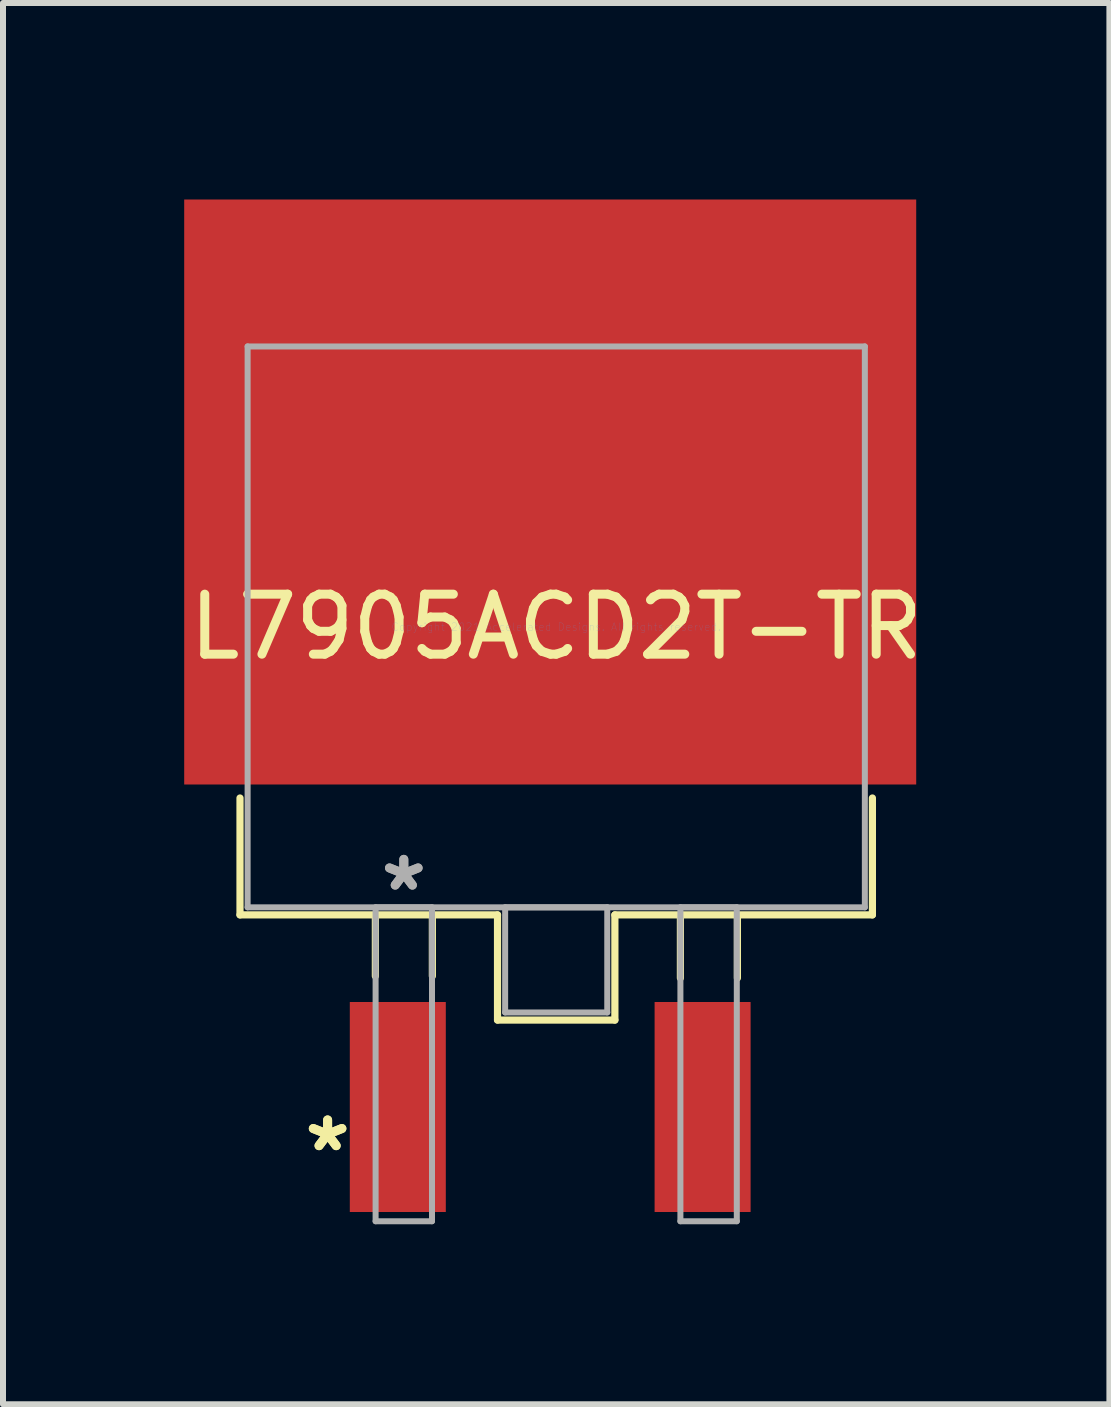
<source format=kicad_pcb>
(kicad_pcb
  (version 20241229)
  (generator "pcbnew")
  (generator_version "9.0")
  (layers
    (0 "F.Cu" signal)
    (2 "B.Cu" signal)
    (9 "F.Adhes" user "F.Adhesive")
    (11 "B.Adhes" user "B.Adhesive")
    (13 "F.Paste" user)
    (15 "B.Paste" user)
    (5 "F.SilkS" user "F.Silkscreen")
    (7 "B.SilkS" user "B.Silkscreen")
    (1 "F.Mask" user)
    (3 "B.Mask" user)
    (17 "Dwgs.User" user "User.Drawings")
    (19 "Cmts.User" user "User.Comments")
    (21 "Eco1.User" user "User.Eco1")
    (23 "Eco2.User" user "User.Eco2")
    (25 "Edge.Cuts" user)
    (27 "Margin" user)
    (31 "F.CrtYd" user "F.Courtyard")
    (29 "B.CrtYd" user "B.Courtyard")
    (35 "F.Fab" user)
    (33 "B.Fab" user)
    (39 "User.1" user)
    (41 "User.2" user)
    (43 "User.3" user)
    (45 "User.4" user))
  (footprint "L7905ACD2T-TR"
    (layer "F.Cu")
    (at 6.12 0.25)
    (property "Reference" "L7905ACD2T-TR" (at 0.1 7.148 0) (layer "F.SilkS") (effects (font (size 1 1) (thickness 0.15))))
    (attr through_hole)
    (fp_line (start -5.17 10) (end -5.17 11.948) (stroke (width 0.12) (type solid)) (layer "F.SilkS"))
    (fp_line (start -5.17 11.948) (end -0.878 11.948) (stroke (width 0.12) (type solid)) (layer "F.SilkS"))
    (fp_line (start -2.914 11.968) (end -2.914 12.968) (stroke (width 0.12) (type solid)) (layer "F.SilkS"))
    (fp_line (start -1.964 11.968) (end -1.964 12.968) (stroke (width 0.12) (type solid)) (layer "F.SilkS"))
    (fp_line (start -0.878 11.948) (end -0.878 13.701) (stroke (width 0.12) (type solid)) (layer "F.SilkS"))
    (fp_line (start -0.878 13.701) (end 1.078 13.701) (stroke (width 0.12) (type solid)) (layer "F.SilkS"))
    (fp_line (start 1.078 11.948) (end 5.37 11.948) (stroke (width 0.12) (type solid)) (layer "F.SilkS"))
    (fp_line (start 1.078 13.701) (end 1.078 11.948) (stroke (width 0.12) (type solid)) (layer "F.SilkS"))
    (fp_line (start 2.17 12) (end 2.17 13) (stroke (width 0.12) (type solid)) (layer "F.SilkS"))
    (fp_line (start 3.12 12) (end 3.12 13) (stroke (width 0.12) (type solid)) (layer "F.SilkS"))
    (fp_line (start 5.37 11.948) (end 5.37 10) (stroke (width 0.12) (type solid)) (layer "F.SilkS"))
    (fp_line (start -5.043 2.474) (end -5.043 11.822) (stroke (width 0.1) (type solid)) (layer "F.Fab"))
    (fp_line (start -5.043 11.822) (end 5.244 11.822) (stroke (width 0.1) (type solid)) (layer "F.Fab"))
    (fp_line (start -2.91 11.822) (end -2.91 17.054) (stroke (width 0.1) (type solid)) (layer "F.Fab"))
    (fp_line (start -2.91 17.054) (end -1.97 17.054) (stroke (width 0.1) (type solid)) (layer "F.Fab"))
    (fp_line (start -1.97 11.822) (end -2.91 11.822) (stroke (width 0.1) (type solid)) (layer "F.Fab"))
    (fp_line (start -1.97 17.054) (end -1.97 11.822) (stroke (width 0.1) (type solid)) (layer "F.Fab"))
    (fp_line (start -0.751 11.822) (end -0.751 13.574) (stroke (width 0.1) (type solid)) (layer "F.Fab"))
    (fp_line (start -0.751 13.574) (end 0.951 13.574) (stroke (width 0.1) (type solid)) (layer "F.Fab"))
    (fp_line (start 0.951 11.822) (end -0.751 11.822) (stroke (width 0.1) (type solid)) (layer "F.Fab"))
    (fp_line (start 0.951 13.574) (end 0.951 11.822) (stroke (width 0.1) (type solid)) (layer "F.Fab"))
    (fp_line (start 2.17 11.822) (end 2.17 17.054) (stroke (width 0.1) (type solid)) (layer "F.Fab"))
    (fp_line (start 2.17 17.054) (end 3.11 17.054) (stroke (width 0.1) (type solid)) (layer "F.Fab"))
    (fp_line (start 3.11 11.822) (end 2.17 11.822) (stroke (width 0.1) (type solid)) (layer "F.Fab"))
    (fp_line (start 3.11 17.054) (end 3.11 11.822) (stroke (width 0.1) (type solid)) (layer "F.Fab"))
    (fp_line (start 5.244 2.474) (end -5.043 2.474) (stroke (width 0.1) (type solid)) (layer "F.Fab"))
    (fp_line (start 5.244 11.822) (end 5.244 2.474) (stroke (width 0.1) (type solid)) (layer "F.Fab"))
    (fp_text user "*" (at -3.71 15.911 0) (layer "F.SilkS") (effects (font (size 1 1) (thickness 0.15))))
    (fp_text user "*" (at -3.71 15.911 0) (layer "F.SilkS") (effects (font (size 1 1) (thickness 0.15))))
    (fp_text user "Copyright 2021 Accelerated Designs. All rights reserved." (at 0.1 7.148 0) (layer "Cmts.User") (effects (font (size 0.127 0.127) (thickness 0.002))))
    (fp_text user "*" (at -2.44 11.568 0) (layer "F.Fab") (effects (font (size 1 1) (thickness 0.15))))
    (fp_text user "*" (at -2.44 11.568 0) (layer "F.Fab") (effects (font (size 1 1) (thickness 0.15))))
    (pad "1" smd rect (at -2.54 15.15) (size 1.6 3.5) (layers "F.Cu" "F.Mask" "F.Paste"))
    (pad "2" smd rect (at 0 4.9) (size 12.2 9.75) (layers "F.Cu" "F.Mask" "F.Paste"))
    (pad "3" smd rect (at 2.54 15.15) (size 1.6 3.5) (layers "F.Cu" "F.Mask" "F.Paste")))
  (gr_rect
    (start -3 -3)
    (end 15.44 20.354)
    (stroke (width 0.1) (type default))
    (fill no)
    (layer "Edge.Cuts")))
</source>
